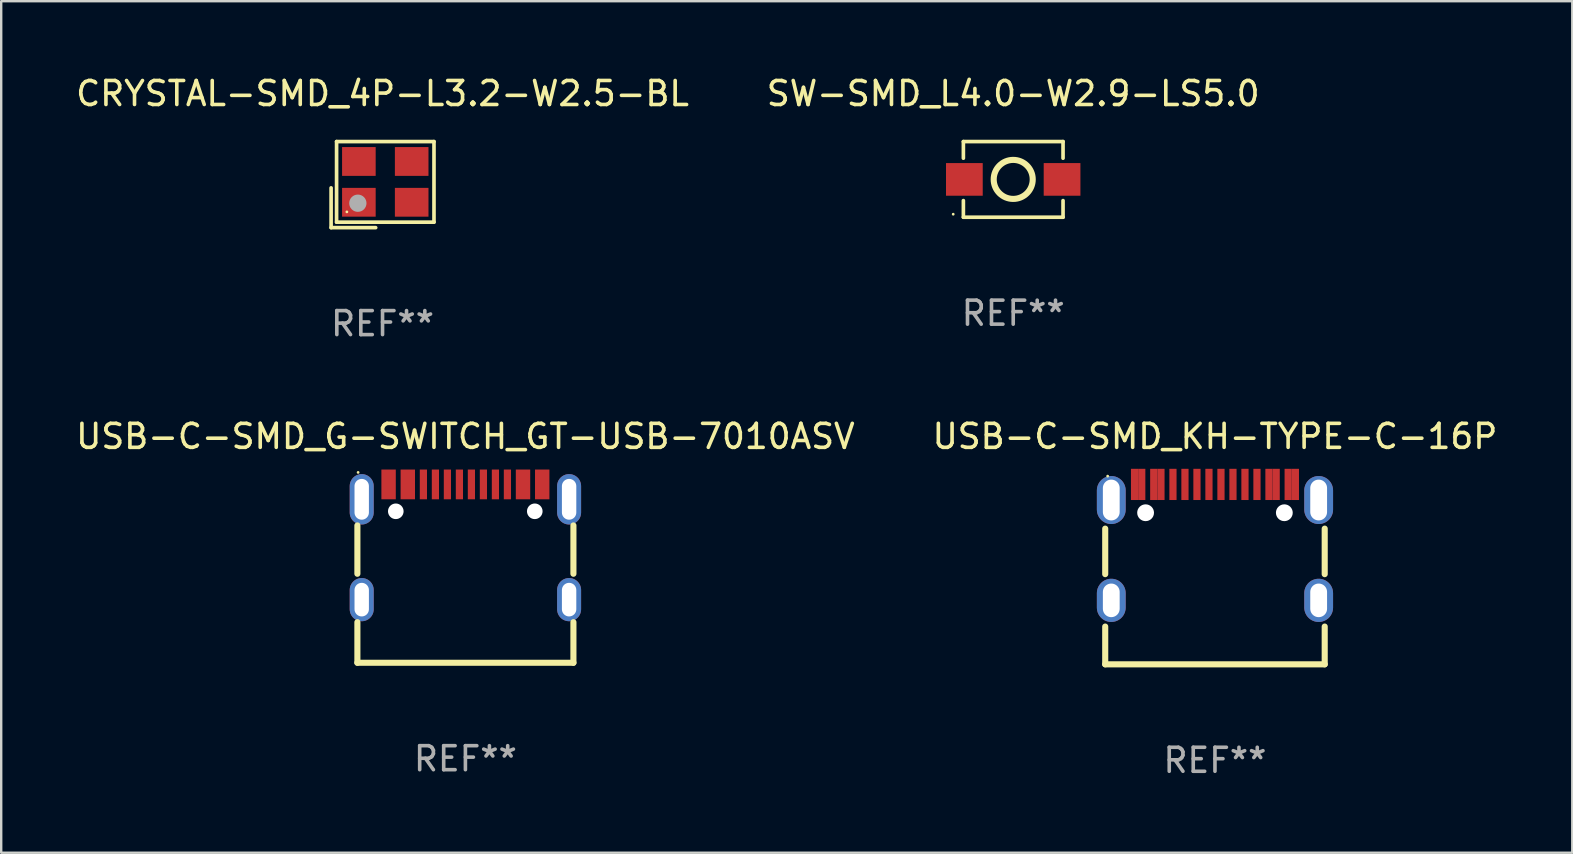
<source format=kicad_pcb>
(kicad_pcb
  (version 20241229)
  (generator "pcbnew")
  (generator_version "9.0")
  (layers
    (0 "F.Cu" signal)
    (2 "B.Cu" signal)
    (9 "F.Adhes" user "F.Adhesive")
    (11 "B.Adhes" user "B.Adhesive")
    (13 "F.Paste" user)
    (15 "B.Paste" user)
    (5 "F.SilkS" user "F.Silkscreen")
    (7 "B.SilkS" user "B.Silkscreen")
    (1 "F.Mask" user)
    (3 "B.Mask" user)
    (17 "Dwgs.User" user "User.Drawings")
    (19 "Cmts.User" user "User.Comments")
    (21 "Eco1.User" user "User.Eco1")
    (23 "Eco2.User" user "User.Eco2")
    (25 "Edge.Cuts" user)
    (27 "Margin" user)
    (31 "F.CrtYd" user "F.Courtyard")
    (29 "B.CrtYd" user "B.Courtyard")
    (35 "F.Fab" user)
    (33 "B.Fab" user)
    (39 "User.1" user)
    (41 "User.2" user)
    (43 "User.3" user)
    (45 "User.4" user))
  (footprint "USB-C-SMD_G-SWITCH_GT-USB-7010ASV"
    (layer "F.Cu")
    (at 16.339 19.531)
    (property "Reference" "USB-C-SMD_G-SWITCH_GT-USB-7010ASV" (at -0.000038 -4.4 0) (layer "F.SilkS") (effects (font (size 1 1) (thickness 0.15))))
    (attr through_hole)
    (fp_line (start -4.5 1.322) (end -4.5 -0.691) (stroke (width 0.254) (type solid)) (layer "F.SilkS"))
    (fp_line (start -4.5 5.03) (end -4.5 3.339) (stroke (width 0.254) (type solid)) (layer "F.SilkS"))
    (fp_line (start 4.5 1.322) (end 4.5 -0.691) (stroke (width 0.254) (type solid)) (layer "F.SilkS"))
    (fp_line (start 4.5 5.03) (end -4.5 5.03) (stroke (width 0.254) (type solid)) (layer "F.SilkS"))
    (fp_line (start 4.5 5.03) (end 4.5 3.339) (stroke (width 0.254) (type solid)) (layer "F.SilkS"))
    (fp_circle (center -4.47 -2.9) (end -4.44 -2.9) (stroke (width 0.06) (type solid)) (fill no) (layer "F.SilkS"))
    (fp_circle (center -2.9 -1.28) (end -2.775 -1.28) (stroke (width 0.25) (type solid)) (fill no) (layer "F.Fab"))
    (fp_circle (center 2.89 -1.28) (end 3.015 -1.28) (stroke (width 0.25) (type solid)) (fill no) (layer "F.Fab"))
    (fp_text user "REF**" (at -0.000038 9.03 0) (layer "F.Fab") (effects (font (size 1 1) (thickness 0.15))))
    (pad "" np_thru_hole circle (at -2.9 -1.28) (size 0.65 0.65) (drill 0.65) (layers "*.Cu" "*.Mask"))
    (pad "" np_thru_hole circle (at 2.89 -1.28) (size 0.65 0.65) (drill 0.65) (layers "*.Cu" "*.Mask"))
    (pad "1" thru_hole oval (at -4.32 -1.78) (size 1 2.1) (drill oval 0.6 1.7) (layers "*.Cu" "*.Mask"))
    (pad "2" thru_hole oval (at 4.32 -1.78) (size 1 2.1) (drill oval 0.6 1.7) (layers "*.Cu" "*.Mask"))
    (pad "3" thru_hole oval (at 4.32 2.4) (size 1 1.8) (drill oval 0.6 1.4) (layers "*.Cu" "*.Mask"))
    (pad "4" thru_hole oval (at -4.32 2.4) (size 1 1.8) (drill oval 0.6 1.4) (layers "*.Cu" "*.Mask"))
    (pad "A1B12" smd rect (at -3.2 -2.4) (size 0.6 1.24) (layers "F.Cu" "F.Mask" "F.Paste"))
    (pad "A4B9" smd rect (at -2.4 -2.4) (size 0.6 1.24) (layers "F.Cu" "F.Mask" "F.Paste"))
    (pad "A5" smd rect (at -1.25 -2.4) (size 0.3 1.24) (layers "F.Cu" "F.Mask" "F.Paste"))
    (pad "A6" smd rect (at -0.25 -2.4) (size 0.3 1.24) (layers "F.Cu" "F.Mask" "F.Paste"))
    (pad "A7" smd rect (at 0.25 -2.4) (size 0.3 1.24) (layers "F.Cu" "F.Mask" "F.Paste"))
    (pad "A8" smd rect (at 1.25 -2.4) (size 0.3 1.24) (layers "F.Cu" "F.Mask" "F.Paste"))
    (pad "B1A12" smd rect (at 3.2 -2.4) (size 0.6 1.24) (layers "F.Cu" "F.Mask" "F.Paste"))
    (pad "B4A9" smd rect (at 2.4 -2.4) (size 0.6 1.24) (layers "F.Cu" "F.Mask" "F.Paste"))
    (pad "B5" smd rect (at 1.75 -2.4) (size 0.3 1.24) (layers "F.Cu" "F.Mask" "F.Paste"))
    (pad "B6" smd rect (at 0.75 -2.4) (size 0.3 1.24) (layers "F.Cu" "F.Mask" "F.Paste"))
    (pad "B7" smd rect (at -0.75 -2.4) (size 0.3 1.24) (layers "F.Cu" "F.Mask" "F.Paste"))
    (pad "B8" smd rect (at -1.75 -2.4) (size 0.3 1.24) (layers "F.Cu" "F.Mask" "F.Paste")))
  (footprint "USB-C-SMD_KH-TYPE-C-16P"
    (layer "F.Cu")
    (at 47.566 19.546)
    (property "Reference" "USB-C-SMD_KH-TYPE-C-16P" (at -0.000025 -4.415 0) (layer "F.SilkS") (effects (font (size 1 1) (thickness 0.15))))
    (attr through_hole)
    (fp_line (start -4.572 -0.573) (end -4.572 1.323) (stroke (width 0.254) (type solid)) (layer "F.SilkS"))
    (fp_line (start -4.572 3.507) (end -4.572 5.08) (stroke (width 0.254) (type solid)) (layer "F.SilkS"))
    (fp_line (start -4.572 5.08) (end 4.572 5.08) (stroke (width 0.254) (type solid)) (layer "F.SilkS"))
    (fp_line (start 4.572 1.323) (end 4.572 -0.573) (stroke (width 0.254) (type solid)) (layer "F.SilkS"))
    (fp_line (start 4.572 5.08) (end 4.572 3.507) (stroke (width 0.254) (type solid)) (layer "F.SilkS"))
    (fp_circle (center -4.47 -2.76) (end -4.44 -2.76) (stroke (width 0.06) (type solid)) (fill no) (layer "F.SilkS"))
    (fp_circle (center -2.89 -1.235) (end -2.765 -1.235) (stroke (width 0.25) (type solid)) (fill no) (layer "F.Fab"))
    (fp_circle (center 2.89 -1.235) (end 3.015 -1.235) (stroke (width 0.25) (type solid)) (fill no) (layer "F.Fab"))
    (fp_text user "REF**" (at -0.000025 9.08 0) (layer "F.Fab") (effects (font (size 1 1) (thickness 0.15))))
    (pad "" np_thru_hole circle (at -2.89 -1.235) (size 0.7 0.7) (drill 0.7) (layers "*.Cu" "*.Mask"))
    (pad "" np_thru_hole circle (at 2.89 -1.235) (size 0.7 0.7) (drill 0.7) (layers "*.Cu" "*.Mask"))
    (pad "1" thru_hole oval (at -4.32 -1.765) (size 1.2 2) (drill oval 0.7 1.7) (layers "*.Cu" "*.Mask"))
    (pad "2" thru_hole oval (at 4.32 -1.765) (size 1.2 2) (drill oval 0.7 1.7) (layers "*.Cu" "*.Mask"))
    (pad "3" thru_hole oval (at -4.32 2.415) (size 1.2 1.8) (drill oval 0.7 1.4) (layers "*.Cu" "*.Mask"))
    (pad "4" thru_hole oval (at 4.32 2.415) (size 1.2 1.8) (drill oval 0.7 1.4) (layers "*.Cu" "*.Mask"))
    (pad "A1" smd rect (at -3.35 -2.415) (size 0.3 1.3) (layers "F.Cu" "F.Mask" "F.Paste"))
    (pad "A4" smd rect (at -2.55 -2.415) (size 0.3 1.3) (layers "F.Cu" "F.Mask" "F.Paste"))
    (pad "A5" smd rect (at -1.25 -2.415) (size 0.3 1.3) (layers "F.Cu" "F.Mask" "F.Paste"))
    (pad "A6" smd rect (at -0.25 -2.415) (size 0.3 1.3) (layers "F.Cu" "F.Mask" "F.Paste"))
    (pad "A7" smd rect (at 0.25 -2.415) (size 0.3 1.3) (layers "F.Cu" "F.Mask" "F.Paste"))
    (pad "A8" smd rect (at 1.25 -2.415) (size 0.3 1.3) (layers "F.Cu" "F.Mask" "F.Paste"))
    (pad "A9" smd rect (at 2.55 -2.415) (size 0.3 1.3) (layers "F.Cu" "F.Mask" "F.Paste"))
    (pad "A12" smd rect (at 3.35 -2.415) (size 0.3 1.3) (layers "F.Cu" "F.Mask" "F.Paste"))
    (pad "B1" smd rect (at 3.05 -2.415) (size 0.3 1.3) (layers "F.Cu" "F.Mask" "F.Paste"))
    (pad "B4" smd rect (at 2.25 -2.415) (size 0.3 1.3) (layers "F.Cu" "F.Mask" "F.Paste"))
    (pad "B5" smd rect (at 1.75 -2.415) (size 0.3 1.3) (layers "F.Cu" "F.Mask" "F.Paste"))
    (pad "B6" smd rect (at 0.75 -2.415) (size 0.3 1.3) (layers "F.Cu" "F.Mask" "F.Paste"))
    (pad "B7" smd rect (at -0.75 -2.415) (size 0.3 1.3) (layers "F.Cu" "F.Mask" "F.Paste"))
    (pad "B8" smd rect (at -1.75 -2.415) (size 0.3 1.3) (layers "F.Cu" "F.Mask" "F.Paste"))
    (pad "B9" smd rect (at -2.25 -2.415) (size 0.3 1.3) (layers "F.Cu" "F.Mask" "F.Paste"))
    (pad "B12" smd rect (at -3.05 -2.415) (size 0.3 1.3) (layers "F.Cu" "F.Mask" "F.Paste")))
  (footprint "CRYSTAL-SMD_4P-L3.2-W2.5-BL"
    (layer "F.Cu")
    (at 13.001 4.527)
    (property "Reference" "CRYSTAL-SMD_4P-L3.2-W2.5-BL" (at -0.114 -3.679 0) (layer "F.SilkS") (effects (font (size 1 1) (thickness 0.15))))
    (attr through_hole)
    (fp_line (start -2.257 0.25) (end -2.257 1.907) (stroke (width 0.152) (type solid)) (layer "F.SilkS"))
    (fp_line (start -2.257 1.907) (end -0.4 1.907) (stroke (width 0.152) (type solid)) (layer "F.SilkS"))
    (fp_line (start -2.029 -1.679) (end 2.029 -1.679) (stroke (width 0.152) (type solid)) (layer "F.SilkS"))
    (fp_line (start -2.029 1.678) (end -2.029 -1.679) (stroke (width 0.152) (type solid)) (layer "F.SilkS"))
    (fp_line (start 2.029 -1.679) (end 2.029 1.678) (stroke (width 0.152) (type solid)) (layer "F.SilkS"))
    (fp_line (start 2.029 1.678) (end -2.029 1.678) (stroke (width 0.152) (type solid)) (layer "F.SilkS"))
    (fp_circle (center -1.6 1.25) (end -1.57 1.25) (stroke (width 0.06) (type solid)) (fill no) (layer "F.SilkS"))
    (fp_circle (center -1.143 0.889) (end -0.963 0.889) (stroke (width 0.36) (type solid)) (fill no) (layer "F.Fab"))
    (fp_text user "REF**" (at -0.114 5.907 0) (layer "F.Fab") (effects (font (size 1 1) (thickness 0.15))))
    (pad "1" smd rect (at -1.1 0.85) (size 1.4 1.2) (layers "F.Cu" "F.Mask" "F.Paste"))
    (pad "2" smd rect (at 1.1 0.85) (size 1.4 1.2) (layers "F.Cu" "F.Mask" "F.Paste"))
    (pad "3" smd rect (at 1.1 -0.85) (size 1.4 1.2) (layers "F.Cu" "F.Mask" "F.Paste"))
    (pad "4" smd rect (at -1.1 -0.85) (size 1.4 1.2) (layers "F.Cu" "F.Mask" "F.Paste")))
  (footprint "SW-SMD_L4.0-W2.9-LS5.0"
    (layer "F.Cu")
    (at 39.161 4.424)
    (property "Reference" "SW-SMD_L4.0-W2.9-LS5.0" (at 0 -3.576 0) (layer "F.SilkS") (effects (font (size 1 1) (thickness 0.15))))
    (attr through_hole)
    (fp_line (start -2.076 -1.576) (end -2.076 -0.883) (stroke (width 0.152) (type solid)) (layer "F.SilkS"))
    (fp_line (start -2.076 1.576) (end -2.076 0.883) (stroke (width 0.152) (type solid)) (layer "F.SilkS"))
    (fp_line (start 2.076 -1.576) (end -2.076 -1.576) (stroke (width 0.152) (type solid)) (layer "F.SilkS"))
    (fp_line (start 2.076 -1.576) (end 2.076 -0.883) (stroke (width 0.152) (type solid)) (layer "F.SilkS"))
    (fp_line (start 2.076 1.576) (end -2.076 1.576) (stroke (width 0.152) (type solid)) (layer "F.SilkS"))
    (fp_line (start 2.076 1.576) (end 2.076 0.883) (stroke (width 0.152) (type solid)) (layer "F.SilkS"))
    (fp_circle (center -2.5 1.45) (end -2.47 1.45) (stroke (width 0.06) (type solid)) (fill no) (layer "F.SilkS"))
    (fp_circle (center 0 0) (end 0.813 0) (stroke (width 0.254) (type solid)) (fill no) (layer "F.SilkS"))
    (fp_text user "REF**" (at 0 5.576 0) (layer "F.Fab") (effects (font (size 1 1) (thickness 0.15))))
    (pad "1" smd rect (at -2.035 0) (size 1.53 1.36) (layers "F.Cu" "F.Mask" "F.Paste"))
    (pad "2" smd rect (at 2.035 0) (size 1.53 1.36) (layers "F.Cu" "F.Mask" "F.Paste")))
  (gr_rect
    (start -3 -3)
    (end 62.452 32.474)
    (stroke (width 0.1) (type default))
    (fill no)
    (layer "Edge.Cuts")))
</source>
